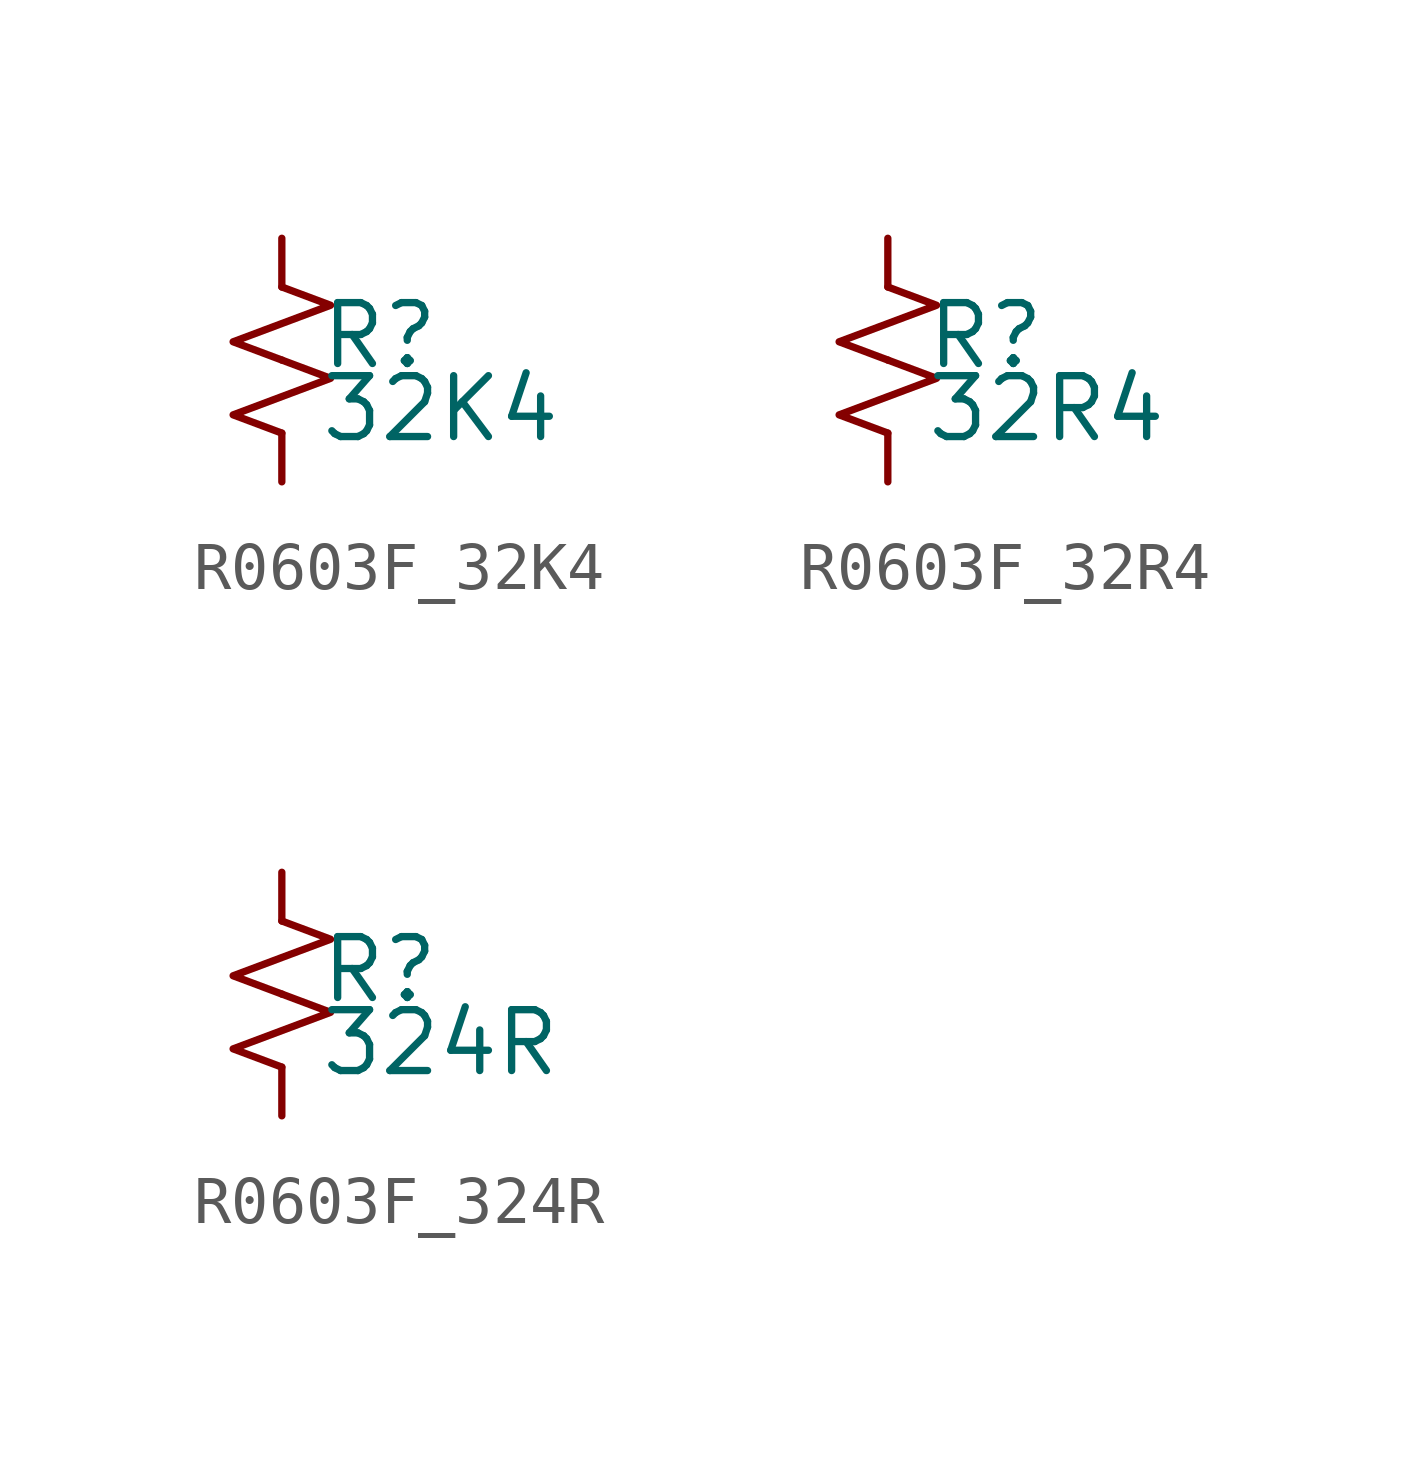
<source format=kicad_sym>
(kicad_symbol_lib
  (version 20220914)
  (generator kicad_symbol_editor)
  (symbol "R0603F_32K4"
    (pin_numbers hide)
    (pin_names
      (offset 0.254) hide)
    (property "Reference" "R"
      (at 0.762 0.508 0)
      (effects (font (size 1.27 1.27)) (justify left)))
    (property "Value" "32K4"
      (at 0.762 -1.016 0)
      (effects (font (size 1.27 1.27)) (justify left)))
    (symbol "R0603F_32K4_1_1"
      (polyline (pts (xy 0 0) (xy 1.016 -0.381) (xy 0 -0.762) (xy -1.016 -1.143) (xy 0 -1.524)) (stroke (width 0) (type default)) (fill (type none)))
      (polyline (pts (xy 0 1.524) (xy 1.016 1.143) (xy 0 0.762) (xy -1.016 0.381) (xy 0 0)) (stroke (width 0) (type default)) (fill (type none)))
      (pin passive line (at 0 2.54 270) (length 1.016) (name "~" (effects (font (size 1.27 1.27)))) (number "1" (effects (font (size 1.27 1.27)))))
      (pin passive line (at 0 -2.54 90) (length 1.016) (name "~" (effects (font (size 1.27 1.27)))) (number "2" (effects (font (size 1.27 1.27)))))))
  (symbol "R0603F_32R4"
    (pin_numbers hide)
    (pin_names
      (offset 0.254) hide)
    (property "Reference" "R"
      (at 0.762 0.508 0)
      (effects (font (size 1.27 1.27)) (justify left)))
    (property "Value" "32R4"
      (at 0.762 -1.016 0)
      (effects (font (size 1.27 1.27)) (justify left)))
    (symbol "R0603F_32R4_1_1"
      (polyline (pts (xy 0 0) (xy 1.016 -0.381) (xy 0 -0.762) (xy -1.016 -1.143) (xy 0 -1.524)) (stroke (width 0) (type default)) (fill (type none)))
      (polyline (pts (xy 0 1.524) (xy 1.016 1.143) (xy 0 0.762) (xy -1.016 0.381) (xy 0 0)) (stroke (width 0) (type default)) (fill (type none)))
      (pin passive line (at 0 2.54 270) (length 1.016) (name "~" (effects (font (size 1.27 1.27)))) (number "1" (effects (font (size 1.27 1.27)))))
      (pin passive line (at 0 -2.54 90) (length 1.016) (name "~" (effects (font (size 1.27 1.27)))) (number "2" (effects (font (size 1.27 1.27)))))))
  (symbol "R0603F_324R"
    (pin_numbers hide)
    (pin_names
      (offset 0.254) hide)
    (property "Reference" "R"
      (at 0.762 0.508 0)
      (effects (font (size 1.27 1.27)) (justify left)))
    (property "Value" "324R"
      (at 0.762 -1.016 0)
      (effects (font (size 1.27 1.27)) (justify left)))
    (symbol "R0603F_324R_1_1"
      (polyline (pts (xy 0 0) (xy 1.016 -0.381) (xy 0 -0.762) (xy -1.016 -1.143) (xy 0 -1.524)) (stroke (width 0) (type default)) (fill (type none)))
      (polyline (pts (xy 0 1.524) (xy 1.016 1.143) (xy 0 0.762) (xy -1.016 0.381) (xy 0 0)) (stroke (width 0) (type default)) (fill (type none)))
      (pin passive line (at 0 2.54 270) (length 1.016) (name "~" (effects (font (size 1.27 1.27)))) (number "1" (effects (font (size 1.27 1.27)))))
      (pin passive line (at 0 -2.54 90) (length 1.016) (name "~" (effects (font (size 1.27 1.27)))) (number "2" (effects (font (size 1.27 1.27))))))))
</source>
